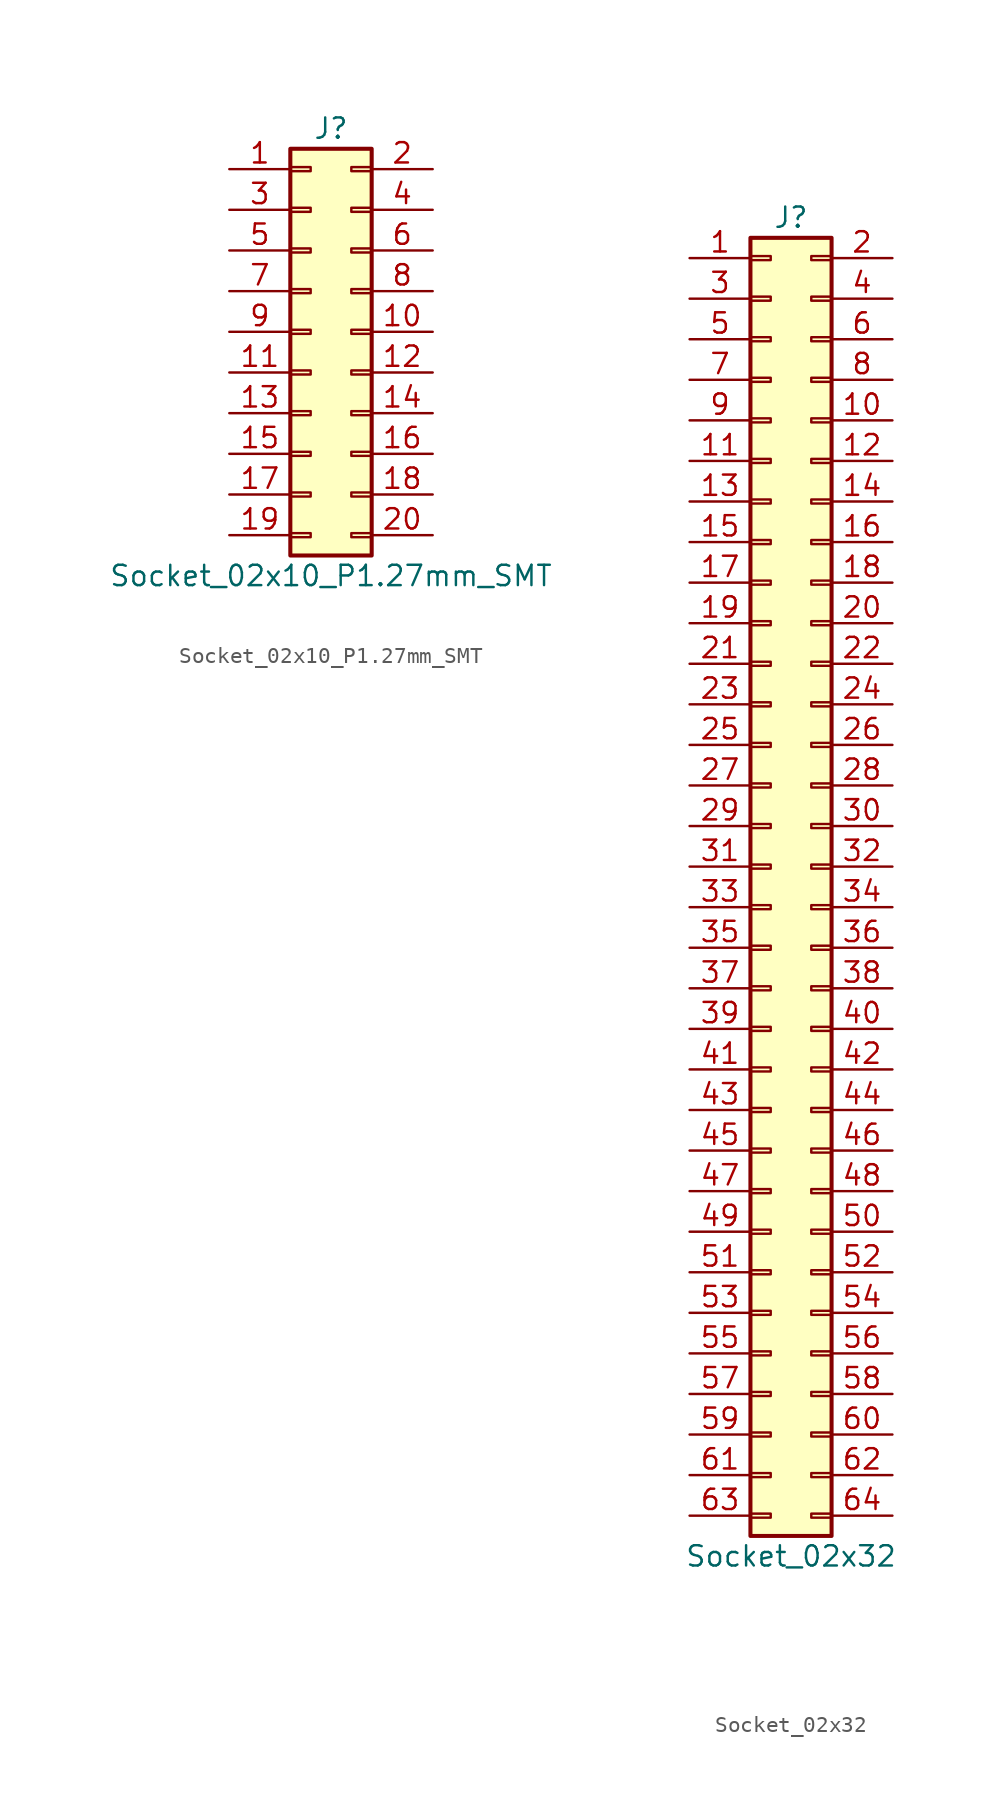
<source format=kicad_sym>
(kicad_symbol_lib
  (version 20211014)
  (generator kicad_symbol_editor)
  (symbol "Socket_02x10_P1.27mm_SMT"
    (pin_names
      (offset 1.016) hide)
    (property "Reference" "J"
      (at 0 13.97 0)
      (effects (font (size 1.27 1.27))))
    (property "Value" "Socket_02x10_P1.27mm_SMT"
      (at 0 -13.97 0)
      (effects (font (size 1.27 1.27))))
    (symbol "Socket_02x10_P1.27mm_SMT_1_1"
      (rectangle (start -2.54 -11.303) (end -1.27 -11.557) (stroke (width 0) (type default) (color 0 0 0 0)) (fill (type none)))
      (rectangle (start -2.54 -8.763) (end -1.27 -9.017) (stroke (width 0) (type default) (color 0 0 0 0)) (fill (type none)))
      (rectangle (start -2.54 -6.223) (end -1.27 -6.477) (stroke (width 0) (type default) (color 0 0 0 0)) (fill (type none)))
      (rectangle (start -2.54 -3.683) (end -1.27 -3.937) (stroke (width 0) (type default) (color 0 0 0 0)) (fill (type none)))
      (rectangle (start -2.54 -1.143) (end -1.27 -1.397) (stroke (width 0) (type default) (color 0 0 0 0)) (fill (type none)))
      (rectangle (start -2.54 1.397) (end -1.27 1.143) (stroke (width 0) (type default) (color 0 0 0 0)) (fill (type none)))
      (rectangle (start -2.54 3.937) (end -1.27 3.683) (stroke (width 0) (type default) (color 0 0 0 0)) (fill (type none)))
      (rectangle (start -2.54 6.477) (end -1.27 6.223) (stroke (width 0) (type default) (color 0 0 0 0)) (fill (type none)))
      (rectangle (start -2.54 9.017) (end -1.27 8.763) (stroke (width 0) (type default) (color 0 0 0 0)) (fill (type none)))
      (rectangle (start -2.54 11.557) (end -1.27 11.303) (stroke (width 0) (type default) (color 0 0 0 0)) (fill (type none)))
      (rectangle (start -2.54 12.7) (end 2.54 -12.7) (stroke (width 0.254) (type default) (color 0 0 0 0)) (fill (type background)))
      (rectangle (start 1.27 -11.303) (end 2.54 -11.557) (stroke (width 0) (type default) (color 0 0 0 0)) (fill (type none)))
      (rectangle (start 1.27 -8.763) (end 2.54 -9.017) (stroke (width 0) (type default) (color 0 0 0 0)) (fill (type none)))
      (rectangle (start 1.27 -6.223) (end 2.54 -6.477) (stroke (width 0) (type default) (color 0 0 0 0)) (fill (type none)))
      (rectangle (start 1.27 -3.683) (end 2.54 -3.937) (stroke (width 0) (type default) (color 0 0 0 0)) (fill (type none)))
      (rectangle (start 1.27 -1.143) (end 2.54 -1.397) (stroke (width 0) (type default) (color 0 0 0 0)) (fill (type none)))
      (rectangle (start 1.27 1.397) (end 2.54 1.143) (stroke (width 0) (type default) (color 0 0 0 0)) (fill (type none)))
      (rectangle (start 1.27 3.937) (end 2.54 3.683) (stroke (width 0) (type default) (color 0 0 0 0)) (fill (type none)))
      (rectangle (start 1.27 6.477) (end 2.54 6.223) (stroke (width 0) (type default) (color 0 0 0 0)) (fill (type none)))
      (rectangle (start 1.27 9.017) (end 2.54 8.763) (stroke (width 0) (type default) (color 0 0 0 0)) (fill (type none)))
      (rectangle (start 1.27 11.557) (end 2.54 11.303) (stroke (width 0) (type default) (color 0 0 0 0)) (fill (type none)))
      (pin passive line (at -6.35 11.43 0) (length 3.81) (name "1" (effects (font (size 1.27 1.27)))) (number "1" (effects (font (size 1.27 1.27)))))
      (pin passive line (at 6.35 1.27 180) (length 3.81) (name "10" (effects (font (size 1.27 1.27)))) (number "10" (effects (font (size 1.27 1.27)))))
      (pin passive line (at -6.35 -1.27 0) (length 3.81) (name "11" (effects (font (size 1.27 1.27)))) (number "11" (effects (font (size 1.27 1.27)))))
      (pin passive line (at 6.35 -1.27 180) (length 3.81) (name "12" (effects (font (size 1.27 1.27)))) (number "12" (effects (font (size 1.27 1.27)))))
      (pin passive line (at -6.35 -3.81 0) (length 3.81) (name "13" (effects (font (size 1.27 1.27)))) (number "13" (effects (font (size 1.27 1.27)))))
      (pin passive line (at 6.35 -3.81 180) (length 3.81) (name "14" (effects (font (size 1.27 1.27)))) (number "14" (effects (font (size 1.27 1.27)))))
      (pin passive line (at -6.35 -6.35 0) (length 3.81) (name "15" (effects (font (size 1.27 1.27)))) (number "15" (effects (font (size 1.27 1.27)))))
      (pin passive line (at 6.35 -6.35 180) (length 3.81) (name "16" (effects (font (size 1.27 1.27)))) (number "16" (effects (font (size 1.27 1.27)))))
      (pin passive line (at -6.35 -8.89 0) (length 3.81) (name "17" (effects (font (size 1.27 1.27)))) (number "17" (effects (font (size 1.27 1.27)))))
      (pin passive line (at 6.35 -8.89 180) (length 3.81) (name "18" (effects (font (size 1.27 1.27)))) (number "18" (effects (font (size 1.27 1.27)))))
      (pin passive line (at -6.35 -11.43 0) (length 3.81) (name "19" (effects (font (size 1.27 1.27)))) (number "19" (effects (font (size 1.27 1.27)))))
      (pin passive line (at 6.35 11.43 180) (length 3.81) (name "2" (effects (font (size 1.27 1.27)))) (number "2" (effects (font (size 1.27 1.27)))))
      (pin passive line (at 6.35 -11.43 180) (length 3.81) (name "20" (effects (font (size 1.27 1.27)))) (number "20" (effects (font (size 1.27 1.27)))))
      (pin passive line (at -6.35 8.89 0) (length 3.81) (name "3" (effects (font (size 1.27 1.27)))) (number "3" (effects (font (size 1.27 1.27)))))
      (pin passive line (at 6.35 8.89 180) (length 3.81) (name "4" (effects (font (size 1.27 1.27)))) (number "4" (effects (font (size 1.27 1.27)))))
      (pin passive line (at -6.35 6.35 0) (length 3.81) (name "5" (effects (font (size 1.27 1.27)))) (number "5" (effects (font (size 1.27 1.27)))))
      (pin passive line (at 6.35 6.35 180) (length 3.81) (name "6" (effects (font (size 1.27 1.27)))) (number "6" (effects (font (size 1.27 1.27)))))
      (pin passive line (at -6.35 3.81 0) (length 3.81) (name "7" (effects (font (size 1.27 1.27)))) (number "7" (effects (font (size 1.27 1.27)))))
      (pin passive line (at 6.35 3.81 180) (length 3.81) (name "8" (effects (font (size 1.27 1.27)))) (number "8" (effects (font (size 1.27 1.27)))))
      (pin passive line (at -6.35 1.27 0) (length 3.81) (name "9" (effects (font (size 1.27 1.27)))) (number "9" (effects (font (size 1.27 1.27)))))))
  (symbol "Socket_02x32"
    (pin_names
      (offset 1.016) hide)
    (property "Reference" "J"
      (at 0 41.91 0)
      (effects (font (size 1.27 1.27))))
    (property "Value" "Socket_02x32"
      (at 0 -41.91 0)
      (effects (font (size 1.27 1.27))))
    (symbol "Socket_02x32_1_1"
      (rectangle (start -2.54 -39.243) (end -1.27 -39.497) (stroke (width 0.152) (type default) (color 0 0 0 0)) (fill (type none)))
      (rectangle (start -2.54 -36.703) (end -1.27 -36.957) (stroke (width 0.152) (type default) (color 0 0 0 0)) (fill (type none)))
      (rectangle (start -2.54 -34.163) (end -1.27 -34.417) (stroke (width 0.152) (type default) (color 0 0 0 0)) (fill (type none)))
      (rectangle (start -2.54 -31.623) (end -1.27 -31.877) (stroke (width 0.152) (type default) (color 0 0 0 0)) (fill (type none)))
      (rectangle (start -2.54 -29.083) (end -1.27 -29.337) (stroke (width 0.152) (type default) (color 0 0 0 0)) (fill (type none)))
      (rectangle (start -2.54 -26.543) (end -1.27 -26.797) (stroke (width 0.152) (type default) (color 0 0 0 0)) (fill (type none)))
      (rectangle (start -2.54 -24.003) (end -1.27 -24.257) (stroke (width 0.152) (type default) (color 0 0 0 0)) (fill (type none)))
      (rectangle (start -2.54 -21.463) (end -1.27 -21.717) (stroke (width 0.152) (type default) (color 0 0 0 0)) (fill (type none)))
      (rectangle (start -2.54 -18.923) (end -1.27 -19.177) (stroke (width 0.152) (type default) (color 0 0 0 0)) (fill (type none)))
      (rectangle (start -2.54 -16.383) (end -1.27 -16.637) (stroke (width 0.152) (type default) (color 0 0 0 0)) (fill (type none)))
      (rectangle (start -2.54 -13.843) (end -1.27 -14.097) (stroke (width 0.152) (type default) (color 0 0 0 0)) (fill (type none)))
      (rectangle (start -2.54 -11.303) (end -1.27 -11.557) (stroke (width 0.152) (type default) (color 0 0 0 0)) (fill (type none)))
      (rectangle (start -2.54 -8.763) (end -1.27 -9.017) (stroke (width 0.152) (type default) (color 0 0 0 0)) (fill (type none)))
      (rectangle (start -2.54 -6.223) (end -1.27 -6.477) (stroke (width 0.152) (type default) (color 0 0 0 0)) (fill (type none)))
      (rectangle (start -2.54 -3.683) (end -1.27 -3.937) (stroke (width 0.152) (type default) (color 0 0 0 0)) (fill (type none)))
      (rectangle (start -2.54 -1.143) (end -1.27 -1.397) (stroke (width 0.152) (type default) (color 0 0 0 0)) (fill (type none)))
      (rectangle (start -2.54 1.397) (end -1.27 1.143) (stroke (width 0.152) (type default) (color 0 0 0 0)) (fill (type none)))
      (rectangle (start -2.54 3.937) (end -1.27 3.683) (stroke (width 0.152) (type default) (color 0 0 0 0)) (fill (type none)))
      (rectangle (start -2.54 6.477) (end -1.27 6.223) (stroke (width 0.152) (type default) (color 0 0 0 0)) (fill (type none)))
      (rectangle (start -2.54 9.017) (end -1.27 8.763) (stroke (width 0.152) (type default) (color 0 0 0 0)) (fill (type none)))
      (rectangle (start -2.54 11.557) (end -1.27 11.303) (stroke (width 0.152) (type default) (color 0 0 0 0)) (fill (type none)))
      (rectangle (start -2.54 14.097) (end -1.27 13.843) (stroke (width 0.152) (type default) (color 0 0 0 0)) (fill (type none)))
      (rectangle (start -2.54 16.637) (end -1.27 16.383) (stroke (width 0.152) (type default) (color 0 0 0 0)) (fill (type none)))
      (rectangle (start -2.54 19.177) (end -1.27 18.923) (stroke (width 0.152) (type default) (color 0 0 0 0)) (fill (type none)))
      (rectangle (start -2.54 21.717) (end -1.27 21.463) (stroke (width 0.152) (type default) (color 0 0 0 0)) (fill (type none)))
      (rectangle (start -2.54 24.257) (end -1.27 24.003) (stroke (width 0.152) (type default) (color 0 0 0 0)) (fill (type none)))
      (rectangle (start -2.54 26.797) (end -1.27 26.543) (stroke (width 0.152) (type default) (color 0 0 0 0)) (fill (type none)))
      (rectangle (start -2.54 29.337) (end -1.27 29.083) (stroke (width 0.152) (type default) (color 0 0 0 0)) (fill (type none)))
      (rectangle (start -2.54 31.877) (end -1.27 31.623) (stroke (width 0.152) (type default) (color 0 0 0 0)) (fill (type none)))
      (rectangle (start -2.54 34.417) (end -1.27 34.163) (stroke (width 0.152) (type default) (color 0 0 0 0)) (fill (type none)))
      (rectangle (start -2.54 36.957) (end -1.27 36.703) (stroke (width 0.152) (type default) (color 0 0 0 0)) (fill (type none)))
      (rectangle (start -2.54 39.497) (end -1.27 39.243) (stroke (width 0.152) (type default) (color 0 0 0 0)) (fill (type none)))
      (rectangle (start -2.54 40.64) (end 2.54 -40.64) (stroke (width 0.254) (type default) (color 0 0 0 0)) (fill (type background)))
      (rectangle (start 2.54 -39.243) (end 1.27 -39.497) (stroke (width 0.152) (type default) (color 0 0 0 0)) (fill (type none)))
      (rectangle (start 2.54 -36.703) (end 1.27 -36.957) (stroke (width 0.152) (type default) (color 0 0 0 0)) (fill (type none)))
      (rectangle (start 2.54 -34.163) (end 1.27 -34.417) (stroke (width 0.152) (type default) (color 0 0 0 0)) (fill (type none)))
      (rectangle (start 2.54 -31.623) (end 1.27 -31.877) (stroke (width 0.152) (type default) (color 0 0 0 0)) (fill (type none)))
      (rectangle (start 2.54 -29.083) (end 1.27 -29.337) (stroke (width 0.152) (type default) (color 0 0 0 0)) (fill (type none)))
      (rectangle (start 2.54 -26.543) (end 1.27 -26.797) (stroke (width 0.152) (type default) (color 0 0 0 0)) (fill (type none)))
      (rectangle (start 2.54 -24.003) (end 1.27 -24.257) (stroke (width 0.152) (type default) (color 0 0 0 0)) (fill (type none)))
      (rectangle (start 2.54 -21.463) (end 1.27 -21.717) (stroke (width 0.152) (type default) (color 0 0 0 0)) (fill (type none)))
      (rectangle (start 2.54 -18.923) (end 1.27 -19.177) (stroke (width 0.152) (type default) (color 0 0 0 0)) (fill (type none)))
      (rectangle (start 2.54 -16.383) (end 1.27 -16.637) (stroke (width 0.152) (type default) (color 0 0 0 0)) (fill (type none)))
      (rectangle (start 2.54 -13.843) (end 1.27 -14.097) (stroke (width 0.152) (type default) (color 0 0 0 0)) (fill (type none)))
      (rectangle (start 2.54 -11.303) (end 1.27 -11.557) (stroke (width 0.152) (type default) (color 0 0 0 0)) (fill (type none)))
      (rectangle (start 2.54 -8.763) (end 1.27 -9.017) (stroke (width 0.152) (type default) (color 0 0 0 0)) (fill (type none)))
      (rectangle (start 2.54 -6.223) (end 1.27 -6.477) (stroke (width 0.152) (type default) (color 0 0 0 0)) (fill (type none)))
      (rectangle (start 2.54 -3.683) (end 1.27 -3.937) (stroke (width 0.152) (type default) (color 0 0 0 0)) (fill (type none)))
      (rectangle (start 2.54 -1.143) (end 1.27 -1.397) (stroke (width 0.152) (type default) (color 0 0 0 0)) (fill (type none)))
      (rectangle (start 2.54 1.397) (end 1.27 1.143) (stroke (width 0.152) (type default) (color 0 0 0 0)) (fill (type none)))
      (rectangle (start 2.54 3.937) (end 1.27 3.683) (stroke (width 0.152) (type default) (color 0 0 0 0)) (fill (type none)))
      (rectangle (start 2.54 6.477) (end 1.27 6.223) (stroke (width 0.152) (type default) (color 0 0 0 0)) (fill (type none)))
      (rectangle (start 2.54 9.017) (end 1.27 8.763) (stroke (width 0.152) (type default) (color 0 0 0 0)) (fill (type none)))
      (rectangle (start 2.54 11.557) (end 1.27 11.303) (stroke (width 0.152) (type default) (color 0 0 0 0)) (fill (type none)))
      (rectangle (start 2.54 14.097) (end 1.27 13.843) (stroke (width 0.152) (type default) (color 0 0 0 0)) (fill (type none)))
      (rectangle (start 2.54 16.637) (end 1.27 16.383) (stroke (width 0.152) (type default) (color 0 0 0 0)) (fill (type none)))
      (rectangle (start 2.54 19.177) (end 1.27 18.923) (stroke (width 0.152) (type default) (color 0 0 0 0)) (fill (type none)))
      (rectangle (start 2.54 21.717) (end 1.27 21.463) (stroke (width 0.152) (type default) (color 0 0 0 0)) (fill (type none)))
      (rectangle (start 2.54 24.257) (end 1.27 24.003) (stroke (width 0.152) (type default) (color 0 0 0 0)) (fill (type none)))
      (rectangle (start 2.54 26.797) (end 1.27 26.543) (stroke (width 0.152) (type default) (color 0 0 0 0)) (fill (type none)))
      (rectangle (start 2.54 29.337) (end 1.27 29.083) (stroke (width 0.152) (type default) (color 0 0 0 0)) (fill (type none)))
      (rectangle (start 2.54 31.877) (end 1.27 31.623) (stroke (width 0.152) (type default) (color 0 0 0 0)) (fill (type none)))
      (rectangle (start 2.54 34.417) (end 1.27 34.163) (stroke (width 0.152) (type default) (color 0 0 0 0)) (fill (type none)))
      (rectangle (start 2.54 36.957) (end 1.27 36.703) (stroke (width 0.152) (type default) (color 0 0 0 0)) (fill (type none)))
      (rectangle (start 2.54 39.497) (end 1.27 39.243) (stroke (width 0.152) (type default) (color 0 0 0 0)) (fill (type none)))
      (pin passive line (at -6.35 39.37 0) (length 3.81) (name "Pin_1" (effects (font (size 1.27 1.27)))) (number "1" (effects (font (size 1.27 1.27)))))
      (pin passive line (at 6.35 29.21 180) (length 3.81) (name "Pin_10" (effects (font (size 1.27 1.27)))) (number "10" (effects (font (size 1.27 1.27)))))
      (pin passive line (at -6.35 26.67 0) (length 3.81) (name "Pin_11" (effects (font (size 1.27 1.27)))) (number "11" (effects (font (size 1.27 1.27)))))
      (pin passive line (at 6.35 26.67 180) (length 3.81) (name "Pin_12" (effects (font (size 1.27 1.27)))) (number "12" (effects (font (size 1.27 1.27)))))
      (pin passive line (at -6.35 24.13 0) (length 3.81) (name "Pin_13" (effects (font (size 1.27 1.27)))) (number "13" (effects (font (size 1.27 1.27)))))
      (pin passive line (at 6.35 24.13 180) (length 3.81) (name "Pin_14" (effects (font (size 1.27 1.27)))) (number "14" (effects (font (size 1.27 1.27)))))
      (pin passive line (at -6.35 21.59 0) (length 3.81) (name "Pin_15" (effects (font (size 1.27 1.27)))) (number "15" (effects (font (size 1.27 1.27)))))
      (pin passive line (at 6.35 21.59 180) (length 3.81) (name "Pin_16" (effects (font (size 1.27 1.27)))) (number "16" (effects (font (size 1.27 1.27)))))
      (pin passive line (at -6.35 19.05 0) (length 3.81) (name "Pin_17" (effects (font (size 1.27 1.27)))) (number "17" (effects (font (size 1.27 1.27)))))
      (pin passive line (at 6.35 19.05 180) (length 3.81) (name "Pin_18" (effects (font (size 1.27 1.27)))) (number "18" (effects (font (size 1.27 1.27)))))
      (pin passive line (at -6.35 16.51 0) (length 3.81) (name "Pin_19" (effects (font (size 1.27 1.27)))) (number "19" (effects (font (size 1.27 1.27)))))
      (pin passive line (at 6.35 39.37 180) (length 3.81) (name "Pin_2" (effects (font (size 1.27 1.27)))) (number "2" (effects (font (size 1.27 1.27)))))
      (pin passive line (at 6.35 16.51 180) (length 3.81) (name "Pin_20" (effects (font (size 1.27 1.27)))) (number "20" (effects (font (size 1.27 1.27)))))
      (pin passive line (at -6.35 13.97 0) (length 3.81) (name "Pin_21" (effects (font (size 1.27 1.27)))) (number "21" (effects (font (size 1.27 1.27)))))
      (pin passive line (at 6.35 13.97 180) (length 3.81) (name "Pin_22" (effects (font (size 1.27 1.27)))) (number "22" (effects (font (size 1.27 1.27)))))
      (pin passive line (at -6.35 11.43 0) (length 3.81) (name "Pin_23" (effects (font (size 1.27 1.27)))) (number "23" (effects (font (size 1.27 1.27)))))
      (pin passive line (at 6.35 11.43 180) (length 3.81) (name "Pin_24" (effects (font (size 1.27 1.27)))) (number "24" (effects (font (size 1.27 1.27)))))
      (pin passive line (at -6.35 8.89 0) (length 3.81) (name "Pin_25" (effects (font (size 1.27 1.27)))) (number "25" (effects (font (size 1.27 1.27)))))
      (pin passive line (at 6.35 8.89 180) (length 3.81) (name "Pin_26" (effects (font (size 1.27 1.27)))) (number "26" (effects (font (size 1.27 1.27)))))
      (pin passive line (at -6.35 6.35 0) (length 3.81) (name "Pin_27" (effects (font (size 1.27 1.27)))) (number "27" (effects (font (size 1.27 1.27)))))
      (pin passive line (at 6.35 6.35 180) (length 3.81) (name "Pin_28" (effects (font (size 1.27 1.27)))) (number "28" (effects (font (size 1.27 1.27)))))
      (pin passive line (at -6.35 3.81 0) (length 3.81) (name "Pin_29" (effects (font (size 1.27 1.27)))) (number "29" (effects (font (size 1.27 1.27)))))
      (pin passive line (at -6.35 36.83 0) (length 3.81) (name "Pin_3" (effects (font (size 1.27 1.27)))) (number "3" (effects (font (size 1.27 1.27)))))
      (pin passive line (at 6.35 3.81 180) (length 3.81) (name "Pin_30" (effects (font (size 1.27 1.27)))) (number "30" (effects (font (size 1.27 1.27)))))
      (pin passive line (at -6.35 1.27 0) (length 3.81) (name "Pin_31" (effects (font (size 1.27 1.27)))) (number "31" (effects (font (size 1.27 1.27)))))
      (pin passive line (at 6.35 1.27 180) (length 3.81) (name "Pin_32" (effects (font (size 1.27 1.27)))) (number "32" (effects (font (size 1.27 1.27)))))
      (pin passive line (at -6.35 -1.27 0) (length 3.81) (name "Pin_33" (effects (font (size 1.27 1.27)))) (number "33" (effects (font (size 1.27 1.27)))))
      (pin passive line (at 6.35 -1.27 180) (length 3.81) (name "Pin_34" (effects (font (size 1.27 1.27)))) (number "34" (effects (font (size 1.27 1.27)))))
      (pin passive line (at -6.35 -3.81 0) (length 3.81) (name "Pin_35" (effects (font (size 1.27 1.27)))) (number "35" (effects (font (size 1.27 1.27)))))
      (pin passive line (at 6.35 -3.81 180) (length 3.81) (name "Pin_36" (effects (font (size 1.27 1.27)))) (number "36" (effects (font (size 1.27 1.27)))))
      (pin passive line (at -6.35 -6.35 0) (length 3.81) (name "Pin_37" (effects (font (size 1.27 1.27)))) (number "37" (effects (font (size 1.27 1.27)))))
      (pin passive line (at 6.35 -6.35 180) (length 3.81) (name "Pin_38" (effects (font (size 1.27 1.27)))) (number "38" (effects (font (size 1.27 1.27)))))
      (pin passive line (at -6.35 -8.89 0) (length 3.81) (name "Pin_39" (effects (font (size 1.27 1.27)))) (number "39" (effects (font (size 1.27 1.27)))))
      (pin passive line (at 6.35 36.83 180) (length 3.81) (name "Pin_4" (effects (font (size 1.27 1.27)))) (number "4" (effects (font (size 1.27 1.27)))))
      (pin passive line (at 6.35 -8.89 180) (length 3.81) (name "Pin_40" (effects (font (size 1.27 1.27)))) (number "40" (effects (font (size 1.27 1.27)))))
      (pin passive line (at -6.35 -11.43 0) (length 3.81) (name "Pin_41" (effects (font (size 1.27 1.27)))) (number "41" (effects (font (size 1.27 1.27)))))
      (pin passive line (at 6.35 -11.43 180) (length 3.81) (name "Pin_42" (effects (font (size 1.27 1.27)))) (number "42" (effects (font (size 1.27 1.27)))))
      (pin passive line (at -6.35 -13.97 0) (length 3.81) (name "Pin_43" (effects (font (size 1.27 1.27)))) (number "43" (effects (font (size 1.27 1.27)))))
      (pin passive line (at 6.35 -13.97 180) (length 3.81) (name "Pin_44" (effects (font (size 1.27 1.27)))) (number "44" (effects (font (size 1.27 1.27)))))
      (pin passive line (at -6.35 -16.51 0) (length 3.81) (name "Pin_45" (effects (font (size 1.27 1.27)))) (number "45" (effects (font (size 1.27 1.27)))))
      (pin passive line (at 6.35 -16.51 180) (length 3.81) (name "Pin_46" (effects (font (size 1.27 1.27)))) (number "46" (effects (font (size 1.27 1.27)))))
      (pin passive line (at -6.35 -19.05 0) (length 3.81) (name "Pin_47" (effects (font (size 1.27 1.27)))) (number "47" (effects (font (size 1.27 1.27)))))
      (pin passive line (at 6.35 -19.05 180) (length 3.81) (name "Pin_48" (effects (font (size 1.27 1.27)))) (number "48" (effects (font (size 1.27 1.27)))))
      (pin passive line (at -6.35 -21.59 0) (length 3.81) (name "Pin_49" (effects (font (size 1.27 1.27)))) (number "49" (effects (font (size 1.27 1.27)))))
      (pin passive line (at -6.35 34.29 0) (length 3.81) (name "Pin_5" (effects (font (size 1.27 1.27)))) (number "5" (effects (font (size 1.27 1.27)))))
      (pin passive line (at 6.35 -21.59 180) (length 3.81) (name "Pin_50" (effects (font (size 1.27 1.27)))) (number "50" (effects (font (size 1.27 1.27)))))
      (pin passive line (at -6.35 -24.13 0) (length 3.81) (name "Pin_51" (effects (font (size 1.27 1.27)))) (number "51" (effects (font (size 1.27 1.27)))))
      (pin passive line (at 6.35 -24.13 180) (length 3.81) (name "Pin_52" (effects (font (size 1.27 1.27)))) (number "52" (effects (font (size 1.27 1.27)))))
      (pin passive line (at -6.35 -26.67 0) (length 3.81) (name "Pin_53" (effects (font (size 1.27 1.27)))) (number "53" (effects (font (size 1.27 1.27)))))
      (pin passive line (at 6.35 -26.67 180) (length 3.81) (name "Pin_54" (effects (font (size 1.27 1.27)))) (number "54" (effects (font (size 1.27 1.27)))))
      (pin passive line (at -6.35 -29.21 0) (length 3.81) (name "Pin_55" (effects (font (size 1.27 1.27)))) (number "55" (effects (font (size 1.27 1.27)))))
      (pin passive line (at 6.35 -29.21 180) (length 3.81) (name "Pin_56" (effects (font (size 1.27 1.27)))) (number "56" (effects (font (size 1.27 1.27)))))
      (pin passive line (at -6.35 -31.75 0) (length 3.81) (name "Pin_57" (effects (font (size 1.27 1.27)))) (number "57" (effects (font (size 1.27 1.27)))))
      (pin passive line (at 6.35 -31.75 180) (length 3.81) (name "Pin_58" (effects (font (size 1.27 1.27)))) (number "58" (effects (font (size 1.27 1.27)))))
      (pin passive line (at -6.35 -34.29 0) (length 3.81) (name "Pin_59" (effects (font (size 1.27 1.27)))) (number "59" (effects (font (size 1.27 1.27)))))
      (pin passive line (at 6.35 34.29 180) (length 3.81) (name "Pin_6" (effects (font (size 1.27 1.27)))) (number "6" (effects (font (size 1.27 1.27)))))
      (pin passive line (at 6.35 -34.29 180) (length 3.81) (name "Pin_60" (effects (font (size 1.27 1.27)))) (number "60" (effects (font (size 1.27 1.27)))))
      (pin passive line (at -6.35 -36.83 0) (length 3.81) (name "Pin_61" (effects (font (size 1.27 1.27)))) (number "61" (effects (font (size 1.27 1.27)))))
      (pin passive line (at 6.35 -36.83 180) (length 3.81) (name "Pin_62" (effects (font (size 1.27 1.27)))) (number "62" (effects (font (size 1.27 1.27)))))
      (pin passive line (at -6.35 -39.37 0) (length 3.81) (name "Pin_63" (effects (font (size 1.27 1.27)))) (number "63" (effects (font (size 1.27 1.27)))))
      (pin passive line (at 6.35 -39.37 180) (length 3.81) (name "Pin_64" (effects (font (size 1.27 1.27)))) (number "64" (effects (font (size 1.27 1.27)))))
      (pin passive line (at -6.35 31.75 0) (length 3.81) (name "Pin_7" (effects (font (size 1.27 1.27)))) (number "7" (effects (font (size 1.27 1.27)))))
      (pin passive line (at 6.35 31.75 180) (length 3.81) (name "Pin_8" (effects (font (size 1.27 1.27)))) (number "8" (effects (font (size 1.27 1.27)))))
      (pin passive line (at -6.35 29.21 0) (length 3.81) (name "Pin_9" (effects (font (size 1.27 1.27)))) (number "9" (effects (font (size 1.27 1.27))))))))
</source>
